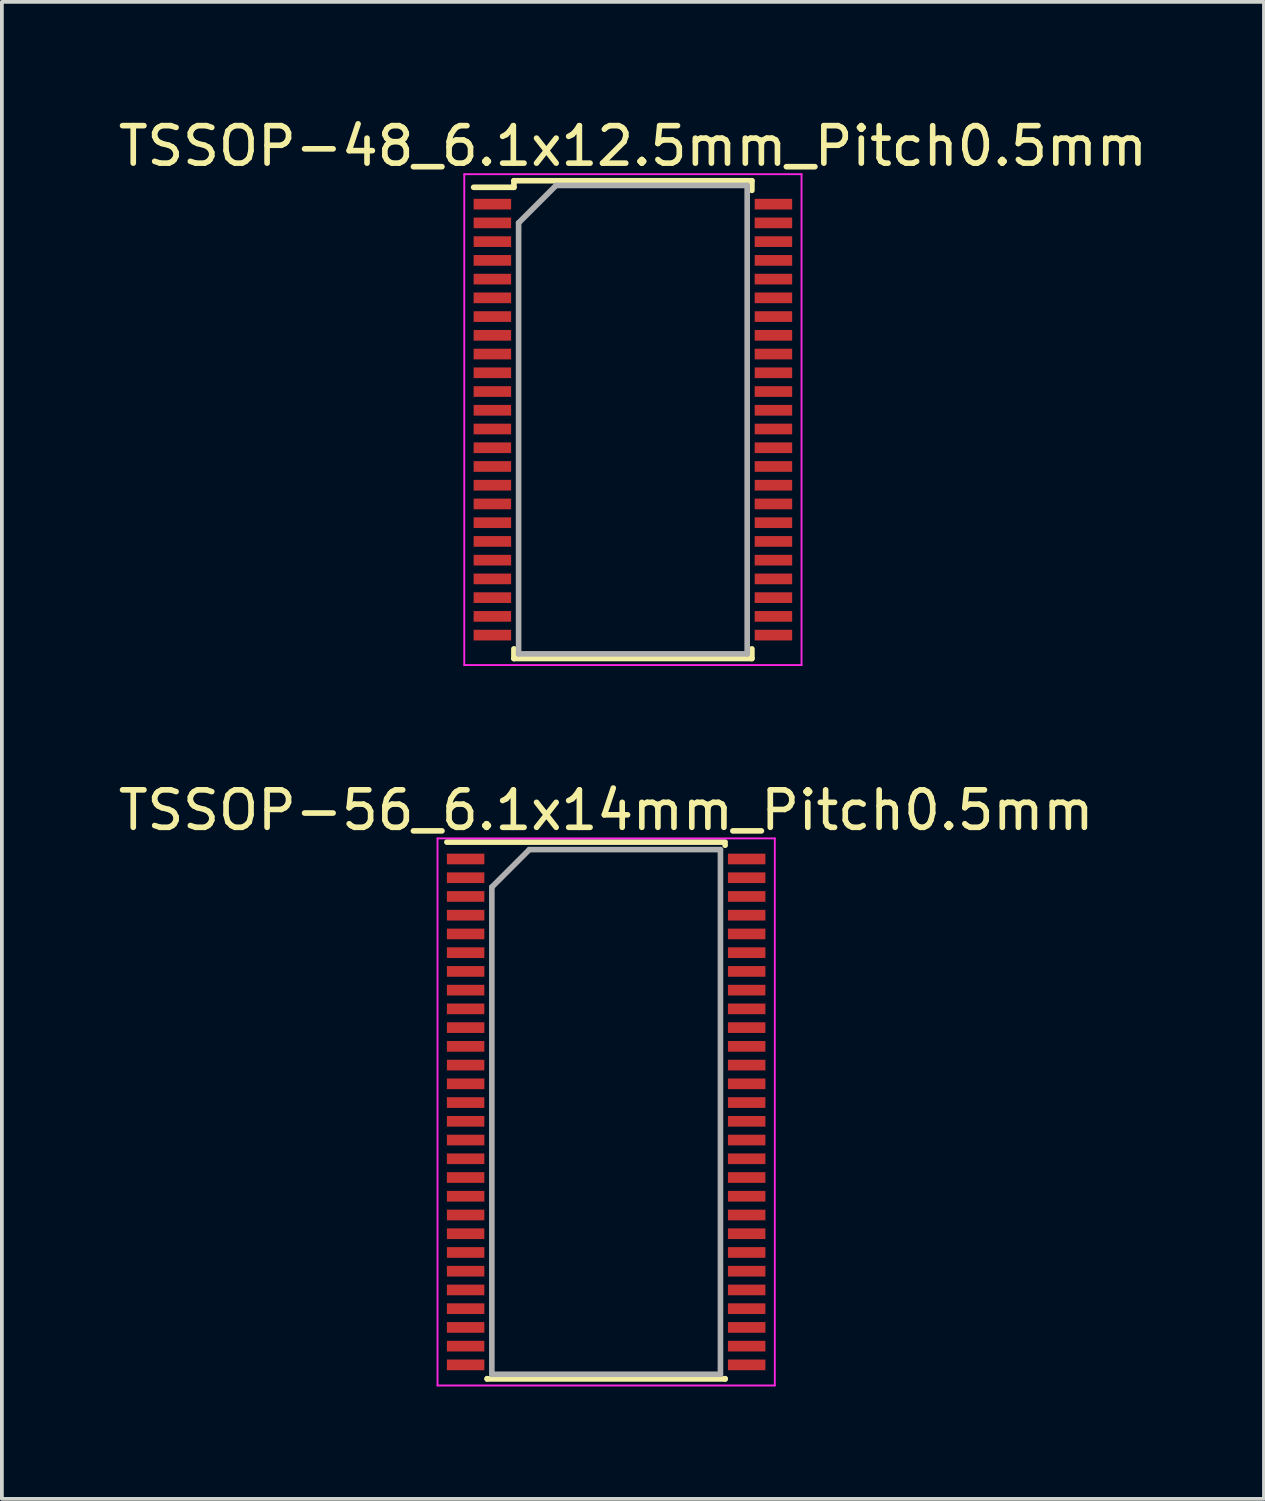
<source format=kicad_pcb>
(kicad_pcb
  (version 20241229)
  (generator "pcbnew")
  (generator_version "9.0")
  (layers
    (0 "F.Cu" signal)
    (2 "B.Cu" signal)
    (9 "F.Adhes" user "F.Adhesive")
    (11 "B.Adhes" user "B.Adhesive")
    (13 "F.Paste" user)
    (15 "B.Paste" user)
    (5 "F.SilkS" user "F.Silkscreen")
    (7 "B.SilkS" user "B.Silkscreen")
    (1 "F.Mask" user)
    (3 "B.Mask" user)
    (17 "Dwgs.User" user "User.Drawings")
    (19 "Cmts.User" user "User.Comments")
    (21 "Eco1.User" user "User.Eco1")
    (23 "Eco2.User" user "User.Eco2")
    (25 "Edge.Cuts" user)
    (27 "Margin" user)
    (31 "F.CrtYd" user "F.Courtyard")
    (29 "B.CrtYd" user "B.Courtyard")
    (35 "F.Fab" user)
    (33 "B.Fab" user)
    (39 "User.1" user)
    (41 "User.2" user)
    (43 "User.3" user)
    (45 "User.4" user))
  (footprint "TSSOP-56_6.1x14mm_Pitch0.5mm"
    (layer "F.Cu")
    (at 13.125 26.622)
    (property "Reference" "TSSOP-56_6.1x14mm_Pitch0.5mm" (at 0 -8.05 0) (layer "F.SilkS") (effects (font (size 1 1) (thickness 0.15))))
    (attr smd)
    (fp_line (start -4.25 -7.2) (end 3.175 -7.2) (stroke (width 0.15) (type solid)) (layer "F.SilkS"))
    (fp_line (start -3.175 7.125) (end -3.175 7.117) (stroke (width 0.15) (type solid)) (layer "F.SilkS"))
    (fp_line (start -3.175 7.125) (end 3.175 7.125) (stroke (width 0.15) (type solid)) (layer "F.SilkS"))
    (fp_line (start 3.175 -7.125) (end 3.175 -7.117) (stroke (width 0.15) (type solid)) (layer "F.SilkS"))
    (fp_line (start 3.175 7.125) (end 3.175 7.117) (stroke (width 0.15) (type solid)) (layer "F.SilkS"))
    (fp_line (start -4.5 -7.3) (end -4.5 7.3) (stroke (width 0.05) (type solid)) (layer "F.CrtYd"))
    (fp_line (start -4.5 -7.3) (end 4.5 -7.3) (stroke (width 0.05) (type solid)) (layer "F.CrtYd"))
    (fp_line (start -4.5 7.3) (end 4.5 7.3) (stroke (width 0.05) (type solid)) (layer "F.CrtYd"))
    (fp_line (start 4.5 -7.3) (end 4.5 7.3) (stroke (width 0.05) (type solid)) (layer "F.CrtYd"))
    (fp_line (start -3.05 -6) (end -2.05 -7) (stroke (width 0.15) (type solid)) (layer "F.Fab"))
    (fp_line (start -3.05 7) (end -3.05 -6) (stroke (width 0.15) (type solid)) (layer "F.Fab"))
    (fp_line (start -2.05 -7) (end 3.05 -7) (stroke (width 0.15) (type solid)) (layer "F.Fab"))
    (fp_line (start 3.05 -7) (end 3.05 7) (stroke (width 0.15) (type solid)) (layer "F.Fab"))
    (fp_line (start 3.05 7) (end -3.05 7) (stroke (width 0.15) (type solid)) (layer "F.Fab"))
    (pad "1" smd rect (at -3.75 -6.75) (size 1 0.285) (layers "F.Cu" "F.Mask" "F.Paste"))
    (pad "2" smd rect (at -3.75 -6.25) (size 1 0.285) (layers "F.Cu" "F.Mask" "F.Paste"))
    (pad "3" smd rect (at -3.75 -5.75) (size 1 0.285) (layers "F.Cu" "F.Mask" "F.Paste"))
    (pad "4" smd rect (at -3.75 -5.25) (size 1 0.285) (layers "F.Cu" "F.Mask" "F.Paste"))
    (pad "5" smd rect (at -3.75 -4.75) (size 1 0.285) (layers "F.Cu" "F.Mask" "F.Paste"))
    (pad "6" smd rect (at -3.75 -4.25) (size 1 0.285) (layers "F.Cu" "F.Mask" "F.Paste"))
    (pad "7" smd rect (at -3.75 -3.75) (size 1 0.285) (layers "F.Cu" "F.Mask" "F.Paste"))
    (pad "8" smd rect (at -3.75 -3.25) (size 1 0.285) (layers "F.Cu" "F.Mask" "F.Paste"))
    (pad "9" smd rect (at -3.75 -2.75) (size 1 0.285) (layers "F.Cu" "F.Mask" "F.Paste"))
    (pad "10" smd rect (at -3.75 -2.25) (size 1 0.285) (layers "F.Cu" "F.Mask" "F.Paste"))
    (pad "11" smd rect (at -3.75 -1.75) (size 1 0.285) (layers "F.Cu" "F.Mask" "F.Paste"))
    (pad "12" smd rect (at -3.75 -1.25) (size 1 0.285) (layers "F.Cu" "F.Mask" "F.Paste"))
    (pad "13" smd rect (at -3.75 -0.75) (size 1 0.285) (layers "F.Cu" "F.Mask" "F.Paste"))
    (pad "14" smd rect (at -3.75 -0.25) (size 1 0.285) (layers "F.Cu" "F.Mask" "F.Paste"))
    (pad "15" smd rect (at -3.75 0.25) (size 1 0.285) (layers "F.Cu" "F.Mask" "F.Paste"))
    (pad "16" smd rect (at -3.75 0.75) (size 1 0.285) (layers "F.Cu" "F.Mask" "F.Paste"))
    (pad "17" smd rect (at -3.75 1.25) (size 1 0.285) (layers "F.Cu" "F.Mask" "F.Paste"))
    (pad "18" smd rect (at -3.75 1.75) (size 1 0.285) (layers "F.Cu" "F.Mask" "F.Paste"))
    (pad "19" smd rect (at -3.75 2.25) (size 1 0.285) (layers "F.Cu" "F.Mask" "F.Paste"))
    (pad "20" smd rect (at -3.75 2.75) (size 1 0.285) (layers "F.Cu" "F.Mask" "F.Paste"))
    (pad "21" smd rect (at -3.75 3.25) (size 1 0.285) (layers "F.Cu" "F.Mask" "F.Paste"))
    (pad "22" smd rect (at -3.75 3.75) (size 1 0.285) (layers "F.Cu" "F.Mask" "F.Paste"))
    (pad "23" smd rect (at -3.75 4.25) (size 1 0.285) (layers "F.Cu" "F.Mask" "F.Paste"))
    (pad "24" smd rect (at -3.75 4.75) (size 1 0.285) (layers "F.Cu" "F.Mask" "F.Paste"))
    (pad "25" smd rect (at -3.75 5.25) (size 1 0.285) (layers "F.Cu" "F.Mask" "F.Paste"))
    (pad "26" smd rect (at -3.75 5.75) (size 1 0.285) (layers "F.Cu" "F.Mask" "F.Paste"))
    (pad "27" smd rect (at -3.75 6.25) (size 1 0.285) (layers "F.Cu" "F.Mask" "F.Paste"))
    (pad "28" smd rect (at -3.75 6.75) (size 1 0.285) (layers "F.Cu" "F.Mask" "F.Paste"))
    (pad "29" smd rect (at 3.75 6.75) (size 1 0.285) (layers "F.Cu" "F.Mask" "F.Paste"))
    (pad "30" smd rect (at 3.75 6.25) (size 1 0.285) (layers "F.Cu" "F.Mask" "F.Paste"))
    (pad "31" smd rect (at 3.75 5.75) (size 1 0.285) (layers "F.Cu" "F.Mask" "F.Paste"))
    (pad "32" smd rect (at 3.75 5.25) (size 1 0.285) (layers "F.Cu" "F.Mask" "F.Paste"))
    (pad "33" smd rect (at 3.75 4.75) (size 1 0.285) (layers "F.Cu" "F.Mask" "F.Paste"))
    (pad "34" smd rect (at 3.75 4.25) (size 1 0.285) (layers "F.Cu" "F.Mask" "F.Paste"))
    (pad "35" smd rect (at 3.75 3.75) (size 1 0.285) (layers "F.Cu" "F.Mask" "F.Paste"))
    (pad "36" smd rect (at 3.75 3.25) (size 1 0.285) (layers "F.Cu" "F.Mask" "F.Paste"))
    (pad "37" smd rect (at 3.75 2.75) (size 1 0.285) (layers "F.Cu" "F.Mask" "F.Paste"))
    (pad "38" smd rect (at 3.75 2.25) (size 1 0.285) (layers "F.Cu" "F.Mask" "F.Paste"))
    (pad "39" smd rect (at 3.75 1.75) (size 1 0.285) (layers "F.Cu" "F.Mask" "F.Paste"))
    (pad "40" smd rect (at 3.75 1.25) (size 1 0.285) (layers "F.Cu" "F.Mask" "F.Paste"))
    (pad "41" smd rect (at 3.75 0.75) (size 1 0.285) (layers "F.Cu" "F.Mask" "F.Paste"))
    (pad "42" smd rect (at 3.75 0.25) (size 1 0.285) (layers "F.Cu" "F.Mask" "F.Paste"))
    (pad "43" smd rect (at 3.75 -0.25) (size 1 0.285) (layers "F.Cu" "F.Mask" "F.Paste"))
    (pad "44" smd rect (at 3.75 -0.75) (size 1 0.285) (layers "F.Cu" "F.Mask" "F.Paste"))
    (pad "45" smd rect (at 3.75 -1.25) (size 1 0.285) (layers "F.Cu" "F.Mask" "F.Paste"))
    (pad "46" smd rect (at 3.75 -1.75) (size 1 0.285) (layers "F.Cu" "F.Mask" "F.Paste"))
    (pad "47" smd rect (at 3.75 -2.25) (size 1 0.285) (layers "F.Cu" "F.Mask" "F.Paste"))
    (pad "48" smd rect (at 3.75 -2.75) (size 1 0.285) (layers "F.Cu" "F.Mask" "F.Paste"))
    (pad "49" smd rect (at 3.75 -3.25) (size 1 0.285) (layers "F.Cu" "F.Mask" "F.Paste"))
    (pad "50" smd rect (at 3.75 -3.75) (size 1 0.285) (layers "F.Cu" "F.Mask" "F.Paste"))
    (pad "51" smd rect (at 3.75 -4.25) (size 1 0.285) (layers "F.Cu" "F.Mask" "F.Paste"))
    (pad "52" smd rect (at 3.75 -4.75) (size 1 0.285) (layers "F.Cu" "F.Mask" "F.Paste"))
    (pad "53" smd rect (at 3.75 -5.25) (size 1 0.285) (layers "F.Cu" "F.Mask" "F.Paste"))
    (pad "54" smd rect (at 3.75 -5.75) (size 1 0.285) (layers "F.Cu" "F.Mask" "F.Paste"))
    (pad "55" smd rect (at 3.75 -6.25) (size 1 0.285) (layers "F.Cu" "F.Mask" "F.Paste"))
    (pad "56" smd rect (at 3.75 -6.75) (size 1 0.285) (layers "F.Cu" "F.Mask" "F.Paste")))
  (footprint "TSSOP-48_6.1x12.5mm_Pitch0.5mm"
    (layer "F.Cu")
    (at 13.839 8.148)
    (property "Reference" "TSSOP-48_6.1x12.5mm_Pitch0.5mm" (at 0 -7.3 0) (layer "F.SilkS") (effects (font (size 1 1) (thickness 0.15))))
    (attr smd)
    (fp_line (start -3.175 -6.375) (end -3.175 -6.2) (stroke (width 0.15) (type solid)) (layer "F.SilkS"))
    (fp_line (start -3.175 -6.375) (end 3.175 -6.375) (stroke (width 0.15) (type solid)) (layer "F.SilkS"))
    (fp_line (start -3.175 -6.2) (end -4.25 -6.2) (stroke (width 0.15) (type solid)) (layer "F.SilkS"))
    (fp_line (start -3.175 6.375) (end -3.175 6.117) (stroke (width 0.15) (type solid)) (layer "F.SilkS"))
    (fp_line (start -3.175 6.375) (end 3.175 6.375) (stroke (width 0.15) (type solid)) (layer "F.SilkS"))
    (fp_line (start 3.175 -6.375) (end 3.175 -6.117) (stroke (width 0.15) (type solid)) (layer "F.SilkS"))
    (fp_line (start 3.175 6.375) (end 3.175 6.117) (stroke (width 0.15) (type solid)) (layer "F.SilkS"))
    (fp_line (start -4.5 -6.55) (end -4.5 6.55) (stroke (width 0.05) (type solid)) (layer "F.CrtYd"))
    (fp_line (start -4.5 -6.55) (end 4.5 -6.55) (stroke (width 0.05) (type solid)) (layer "F.CrtYd"))
    (fp_line (start -4.5 6.55) (end 4.5 6.55) (stroke (width 0.05) (type solid)) (layer "F.CrtYd"))
    (fp_line (start 4.5 -6.55) (end 4.5 6.55) (stroke (width 0.05) (type solid)) (layer "F.CrtYd"))
    (fp_line (start -3.05 -5.25) (end -2.05 -6.25) (stroke (width 0.15) (type solid)) (layer "F.Fab"))
    (fp_line (start -3.05 6.25) (end -3.05 -5.25) (stroke (width 0.15) (type solid)) (layer "F.Fab"))
    (fp_line (start -2.05 -6.25) (end 3.05 -6.25) (stroke (width 0.15) (type solid)) (layer "F.Fab"))
    (fp_line (start 3.05 -6.25) (end 3.05 6.25) (stroke (width 0.15) (type solid)) (layer "F.Fab"))
    (fp_line (start 3.05 6.25) (end -3.05 6.25) (stroke (width 0.15) (type solid)) (layer "F.Fab"))
    (pad "1" smd rect (at -3.75 -5.75) (size 1 0.285) (layers "F.Cu" "F.Mask" "F.Paste"))
    (pad "2" smd rect (at -3.75 -5.25) (size 1 0.285) (layers "F.Cu" "F.Mask" "F.Paste"))
    (pad "3" smd rect (at -3.75 -4.75) (size 1 0.285) (layers "F.Cu" "F.Mask" "F.Paste"))
    (pad "4" smd rect (at -3.75 -4.25) (size 1 0.285) (layers "F.Cu" "F.Mask" "F.Paste"))
    (pad "5" smd rect (at -3.75 -3.75) (size 1 0.285) (layers "F.Cu" "F.Mask" "F.Paste"))
    (pad "6" smd rect (at -3.75 -3.25) (size 1 0.285) (layers "F.Cu" "F.Mask" "F.Paste"))
    (pad "7" smd rect (at -3.75 -2.75) (size 1 0.285) (layers "F.Cu" "F.Mask" "F.Paste"))
    (pad "8" smd rect (at -3.75 -2.25) (size 1 0.285) (layers "F.Cu" "F.Mask" "F.Paste"))
    (pad "9" smd rect (at -3.75 -1.75) (size 1 0.285) (layers "F.Cu" "F.Mask" "F.Paste"))
    (pad "10" smd rect (at -3.75 -1.25) (size 1 0.285) (layers "F.Cu" "F.Mask" "F.Paste"))
    (pad "11" smd rect (at -3.75 -0.75) (size 1 0.285) (layers "F.Cu" "F.Mask" "F.Paste"))
    (pad "12" smd rect (at -3.75 -0.25) (size 1 0.285) (layers "F.Cu" "F.Mask" "F.Paste"))
    (pad "13" smd rect (at -3.75 0.25) (size 1 0.285) (layers "F.Cu" "F.Mask" "F.Paste"))
    (pad "14" smd rect (at -3.75 0.75) (size 1 0.285) (layers "F.Cu" "F.Mask" "F.Paste"))
    (pad "15" smd rect (at -3.75 1.25) (size 1 0.285) (layers "F.Cu" "F.Mask" "F.Paste"))
    (pad "16" smd rect (at -3.75 1.75) (size 1 0.285) (layers "F.Cu" "F.Mask" "F.Paste"))
    (pad "17" smd rect (at -3.75 2.25) (size 1 0.285) (layers "F.Cu" "F.Mask" "F.Paste"))
    (pad "18" smd rect (at -3.75 2.75) (size 1 0.285) (layers "F.Cu" "F.Mask" "F.Paste"))
    (pad "19" smd rect (at -3.75 3.25) (size 1 0.285) (layers "F.Cu" "F.Mask" "F.Paste"))
    (pad "20" smd rect (at -3.75 3.75) (size 1 0.285) (layers "F.Cu" "F.Mask" "F.Paste"))
    (pad "21" smd rect (at -3.75 4.25) (size 1 0.285) (layers "F.Cu" "F.Mask" "F.Paste"))
    (pad "22" smd rect (at -3.75 4.75) (size 1 0.285) (layers "F.Cu" "F.Mask" "F.Paste"))
    (pad "23" smd rect (at -3.75 5.25) (size 1 0.285) (layers "F.Cu" "F.Mask" "F.Paste"))
    (pad "24" smd rect (at -3.75 5.75) (size 1 0.285) (layers "F.Cu" "F.Mask" "F.Paste"))
    (pad "25" smd rect (at 3.75 5.75) (size 1 0.285) (layers "F.Cu" "F.Mask" "F.Paste"))
    (pad "26" smd rect (at 3.75 5.25) (size 1 0.285) (layers "F.Cu" "F.Mask" "F.Paste"))
    (pad "27" smd rect (at 3.75 4.75) (size 1 0.285) (layers "F.Cu" "F.Mask" "F.Paste"))
    (pad "28" smd rect (at 3.75 4.25) (size 1 0.285) (layers "F.Cu" "F.Mask" "F.Paste"))
    (pad "29" smd rect (at 3.75 3.75) (size 1 0.285) (layers "F.Cu" "F.Mask" "F.Paste"))
    (pad "30" smd rect (at 3.75 3.25) (size 1 0.285) (layers "F.Cu" "F.Mask" "F.Paste"))
    (pad "31" smd rect (at 3.75 2.75) (size 1 0.285) (layers "F.Cu" "F.Mask" "F.Paste"))
    (pad "32" smd rect (at 3.75 2.25) (size 1 0.285) (layers "F.Cu" "F.Mask" "F.Paste"))
    (pad "33" smd rect (at 3.75 1.75) (size 1 0.285) (layers "F.Cu" "F.Mask" "F.Paste"))
    (pad "34" smd rect (at 3.75 1.25) (size 1 0.285) (layers "F.Cu" "F.Mask" "F.Paste"))
    (pad "35" smd rect (at 3.75 0.75) (size 1 0.285) (layers "F.Cu" "F.Mask" "F.Paste"))
    (pad "36" smd rect (at 3.75 0.25) (size 1 0.285) (layers "F.Cu" "F.Mask" "F.Paste"))
    (pad "37" smd rect (at 3.75 -0.25) (size 1 0.285) (layers "F.Cu" "F.Mask" "F.Paste"))
    (pad "38" smd rect (at 3.75 -0.75) (size 1 0.285) (layers "F.Cu" "F.Mask" "F.Paste"))
    (pad "39" smd rect (at 3.75 -1.25) (size 1 0.285) (layers "F.Cu" "F.Mask" "F.Paste"))
    (pad "40" smd rect (at 3.75 -1.75) (size 1 0.285) (layers "F.Cu" "F.Mask" "F.Paste"))
    (pad "41" smd rect (at 3.75 -2.25) (size 1 0.285) (layers "F.Cu" "F.Mask" "F.Paste"))
    (pad "42" smd rect (at 3.75 -2.75) (size 1 0.285) (layers "F.Cu" "F.Mask" "F.Paste"))
    (pad "43" smd rect (at 3.75 -3.25) (size 1 0.285) (layers "F.Cu" "F.Mask" "F.Paste"))
    (pad "44" smd rect (at 3.75 -3.75) (size 1 0.285) (layers "F.Cu" "F.Mask" "F.Paste"))
    (pad "45" smd rect (at 3.75 -4.25) (size 1 0.285) (layers "F.Cu" "F.Mask" "F.Paste"))
    (pad "46" smd rect (at 3.75 -4.75) (size 1 0.285) (layers "F.Cu" "F.Mask" "F.Paste"))
    (pad "47" smd rect (at 3.75 -5.25) (size 1 0.285) (layers "F.Cu" "F.Mask" "F.Paste"))
    (pad "48" smd rect (at 3.75 -5.75) (size 1 0.285) (layers "F.Cu" "F.Mask" "F.Paste")))
  (gr_rect
    (start -3 -3)
    (end 30.679 36.947)
    (stroke (width 0.1) (type default))
    (fill no)
    (layer "Edge.Cuts")))
</source>
